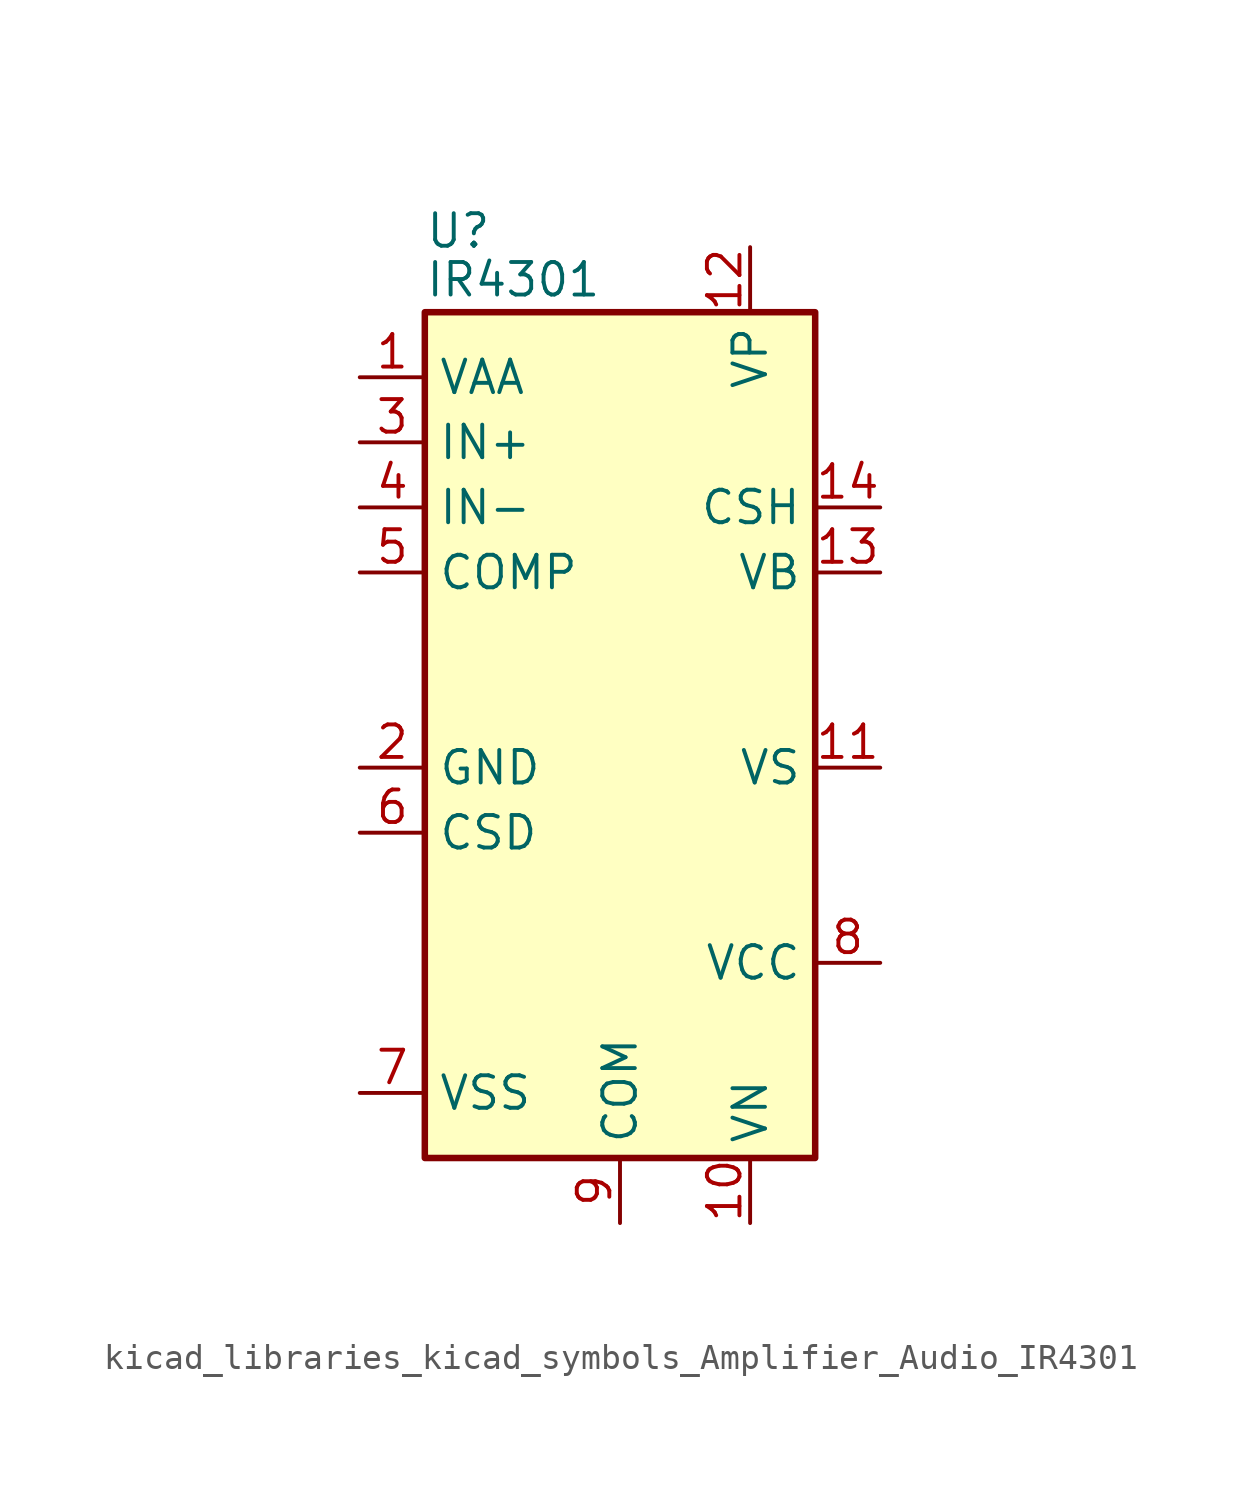
<source format=kicad_sym>
(kicad_symbol_lib
  (version 20220914)
  (generator kicad_symbol_editor)
  (symbol "kicad_libraries_kicad_symbols_Amplifier_Audio_IR4301"
    (property "Reference" "U"
      (at -7.62 20.955 0)
      (effects (font (size 1.27 1.27)) (justify left)))
    (property "Value" "IR4301"
      (at -7.62 19.05 0)
      (effects (font (size 1.27 1.27)) (justify left)))
    (symbol "kicad_libraries_kicad_symbols_Amplifier_Audio_IR4301_0_1"
      (rectangle (start -7.62 -15.24) (end 7.62 17.78) (stroke (width 0.254) (type default)) (fill (type background))))
    (symbol "kicad_libraries_kicad_symbols_Amplifier_Audio_IR4301_1_1"
      (pin power_in line (at -10.16 15.24 0) (length 2.54) (name "VAA" (effects (font (size 1.27 1.27)))) (number "1" (effects (font (size 1.27 1.27)))))
      (pin power_in line (at 5.08 -17.78 90) (length 2.54) (name "VN" (effects (font (size 1.27 1.27)))) (number "10" (effects (font (size 1.27 1.27)))))
      (pin output line (at 10.16 0 180) (length 2.54) (name "VS" (effects (font (size 1.27 1.27)))) (number "11" (effects (font (size 1.27 1.27)))))
      (pin power_in line (at 5.08 20.32 270) (length 2.54) (name "VP" (effects (font (size 1.27 1.27)))) (number "12" (effects (font (size 1.27 1.27)))))
      (pin power_in line (at 10.16 7.62 180) (length 2.54) (name "VB" (effects (font (size 1.27 1.27)))) (number "13" (effects (font (size 1.27 1.27)))))
      (pin passive line (at 10.16 10.16 180) (length 2.54) (name "CSH" (effects (font (size 1.27 1.27)))) (number "14" (effects (font (size 1.27 1.27)))))
      (pin passive line (at 0 -17.78 90) (length 2.54) hide (name "COM" (effects (font (size 1.27 1.27)))) (number "15" (effects (font (size 1.27 1.27)))))
      (pin power_in line (at -10.16 0 0) (length 2.54) (name "GND" (effects (font (size 1.27 1.27)))) (number "2" (effects (font (size 1.27 1.27)))))
      (pin input line (at -10.16 12.7 0) (length 2.54) (name "IN+" (effects (font (size 1.27 1.27)))) (number "3" (effects (font (size 1.27 1.27)))))
      (pin input line (at -10.16 10.16 0) (length 2.54) (name "IN-" (effects (font (size 1.27 1.27)))) (number "4" (effects (font (size 1.27 1.27)))))
      (pin output line (at -10.16 7.62 0) (length 2.54) (name "COMP" (effects (font (size 1.27 1.27)))) (number "5" (effects (font (size 1.27 1.27)))))
      (pin passive line (at -10.16 -2.54 0) (length 2.54) (name "CSD" (effects (font (size 1.27 1.27)))) (number "6" (effects (font (size 1.27 1.27)))))
      (pin power_in line (at -10.16 -12.7 0) (length 2.54) (name "VSS" (effects (font (size 1.27 1.27)))) (number "7" (effects (font (size 1.27 1.27)))))
      (pin power_in line (at 10.16 -7.62 180) (length 2.54) (name "VCC" (effects (font (size 1.27 1.27)))) (number "8" (effects (font (size 1.27 1.27)))))
      (pin power_in line (at 0 -17.78 90) (length 2.54) (name "COM" (effects (font (size 1.27 1.27)))) (number "9" (effects (font (size 1.27 1.27))))))))
</source>
